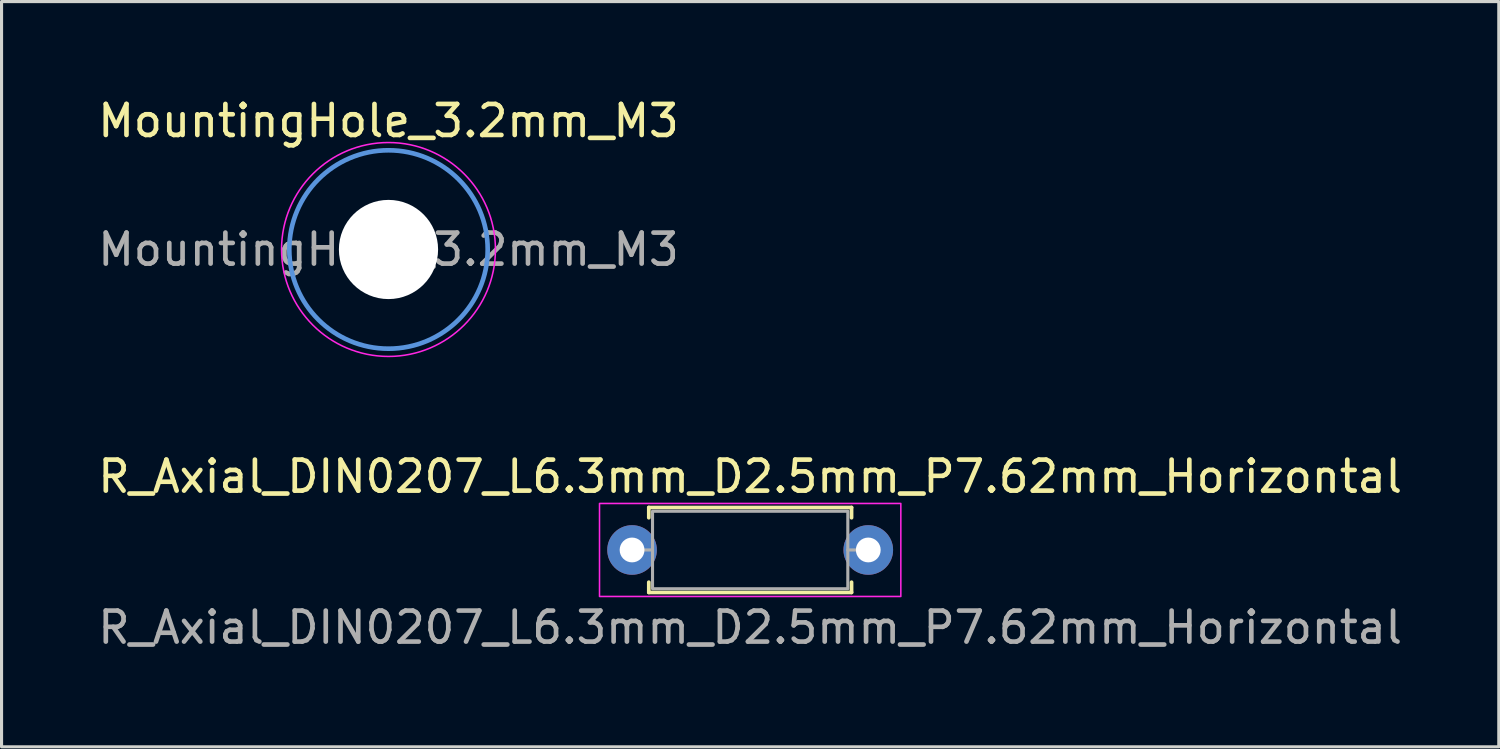
<source format=kicad_pcb>
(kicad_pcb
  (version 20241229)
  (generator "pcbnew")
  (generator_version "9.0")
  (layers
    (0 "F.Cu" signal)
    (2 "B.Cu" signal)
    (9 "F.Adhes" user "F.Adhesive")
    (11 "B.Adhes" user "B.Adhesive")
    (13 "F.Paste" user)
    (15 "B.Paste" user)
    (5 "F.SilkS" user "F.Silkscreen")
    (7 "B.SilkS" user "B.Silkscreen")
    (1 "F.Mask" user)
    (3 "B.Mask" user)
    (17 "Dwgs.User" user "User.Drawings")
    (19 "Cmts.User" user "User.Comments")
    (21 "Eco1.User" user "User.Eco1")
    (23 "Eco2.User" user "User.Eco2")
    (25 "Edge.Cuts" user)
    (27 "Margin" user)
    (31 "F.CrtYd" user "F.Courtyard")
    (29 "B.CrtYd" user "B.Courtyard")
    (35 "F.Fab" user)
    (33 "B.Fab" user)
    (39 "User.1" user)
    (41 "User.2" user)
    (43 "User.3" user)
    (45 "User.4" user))
  (footprint "R_Axial_DIN0207_L6.3mm_D2.5mm_P7.62mm_Horizontal"
    (layer "F.Cu")
    (at 17.339 14.691)
    (property "Reference" "R_Axial_DIN0207_L6.3mm_D2.5mm_P7.62mm_Horizontal" (at 3.81 -2.37 0) (layer "F.SilkS") (effects (font (size 1 1) (thickness 0.15))))
    (attr through_hole)
    (fp_line (start 0.54 -1.37) (end 7.08 -1.37) (stroke (width 0.12) (type solid)) (layer "F.SilkS"))
    (fp_line (start 0.54 -1.04) (end 0.54 -1.37) (stroke (width 0.12) (type solid)) (layer "F.SilkS"))
    (fp_line (start 0.54 1.04) (end 0.54 1.37) (stroke (width 0.12) (type solid)) (layer "F.SilkS"))
    (fp_line (start 0.54 1.37) (end 7.08 1.37) (stroke (width 0.12) (type solid)) (layer "F.SilkS"))
    (fp_line (start 7.08 -1.37) (end 7.08 -1.04) (stroke (width 0.12) (type solid)) (layer "F.SilkS"))
    (fp_line (start 7.08 1.37) (end 7.08 1.04) (stroke (width 0.12) (type solid)) (layer "F.SilkS"))
    (fp_rect (start -1.05 -1.5) (end 8.67 1.5) (stroke (width 0.05) (type solid)) (fill no) (layer "F.CrtYd"))
    (fp_line (start 0 0) (end 0.66 0) (stroke (width 0.1) (type solid)) (layer "F.Fab"))
    (fp_line (start 7.62 0) (end 6.96 0) (stroke (width 0.1) (type solid)) (layer "F.Fab"))
    (fp_rect (start 0.66 -1.25) (end 6.96 1.25) (stroke (width 0.1) (type solid)) (fill no) (layer "F.Fab"))
    (fp_text user "${REFERENCE}" (at 3.81 2.5 0) (layer "F.Fab") (effects (font (size 1 1) (thickness 0.15))))
    (pad "1" thru_hole circle (at 0 0) (size 1.6 1.6) (drill 0.8) (layers "*.Cu" "*.Mask"))
    (pad "2" thru_hole circle (at 7.62 0) (size 1.6 1.6) (drill 0.8) (layers "*.Cu" "*.Mask")))
  (footprint "MountingHole_3.2mm_M3"
    (layer "F.Cu")
    (at 9.482 4.998)
    (property "Reference" "MountingHole_3.2mm_M3" (at 0 -4.15 0) (layer "F.SilkS") (effects (font (size 1 1) (thickness 0.15))))
    (attr exclude_from_pos_files exclude_from_bom)
    (fp_circle (center 0 0) (end 3.2 0) (stroke (width 0.15) (type solid)) (fill no) (layer "Cmts.User"))
    (fp_circle (center 0 0) (end 3.45 0) (stroke (width 0.05) (type solid)) (fill no) (layer "F.CrtYd"))
    (fp_text user "${REFERENCE}" (at 0 0 0) (layer "F.Fab") (effects (font (size 1 1) (thickness 0.15))))
    (pad "" np_thru_hole circle (at 0 0) (size 3.2 3.2) (drill 3.2) (layers "*.Cu" "*.Mask")))
  (gr_rect
    (start -3 -3)
    (end 45.298 21.04)
    (stroke (width 0.1) (type default))
    (fill no)
    (layer "Edge.Cuts")))
</source>
